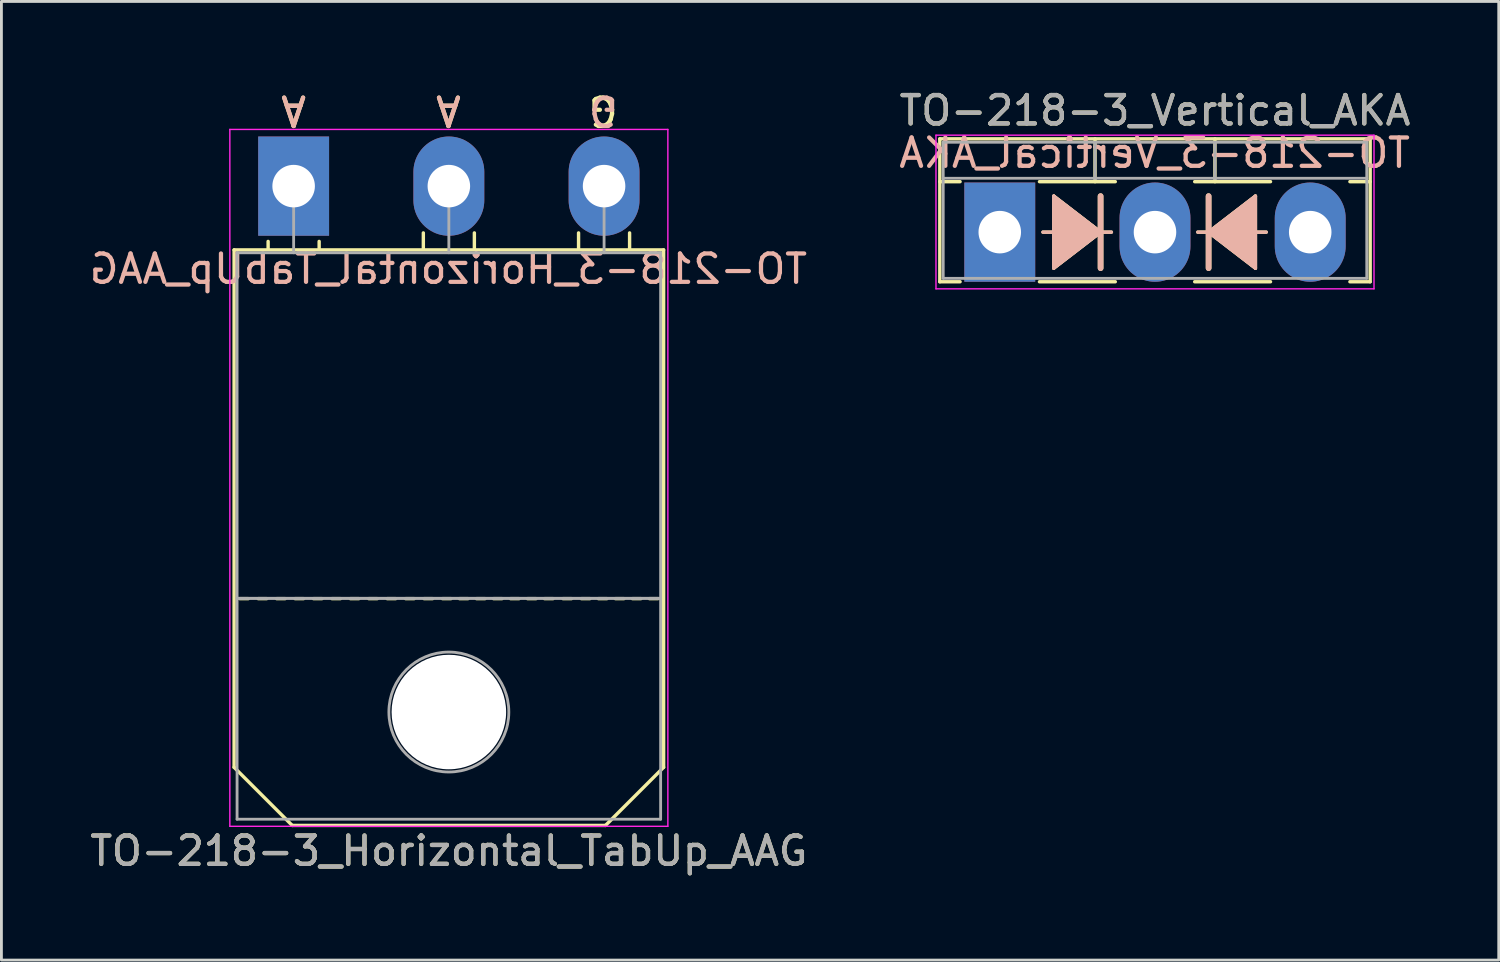
<source format=kicad_pcb>
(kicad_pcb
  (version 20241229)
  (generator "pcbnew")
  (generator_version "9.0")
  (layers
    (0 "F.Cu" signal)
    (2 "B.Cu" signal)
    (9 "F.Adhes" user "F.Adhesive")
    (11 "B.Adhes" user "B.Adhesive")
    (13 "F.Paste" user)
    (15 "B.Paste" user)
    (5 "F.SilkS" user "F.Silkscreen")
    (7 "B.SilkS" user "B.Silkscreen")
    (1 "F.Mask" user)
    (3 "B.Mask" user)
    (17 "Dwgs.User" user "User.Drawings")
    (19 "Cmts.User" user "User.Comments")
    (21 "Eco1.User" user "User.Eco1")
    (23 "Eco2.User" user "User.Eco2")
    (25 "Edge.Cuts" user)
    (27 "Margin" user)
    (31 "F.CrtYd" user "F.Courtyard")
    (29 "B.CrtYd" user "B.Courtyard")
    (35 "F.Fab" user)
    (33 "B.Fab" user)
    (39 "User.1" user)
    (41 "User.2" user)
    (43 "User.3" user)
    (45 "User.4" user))
  (footprint "TO-218-3_Vertical_AKA"
    (layer "F.Cu")
    (at 32.214 5.138)
    (property "Reference" "TO-218-3_Vertical_AKA" (at 5.475 -4.29 0) (layer "F.SilkS") (effects (font (size 1 1) (thickness 0.15))))
    (fp_line (start -2.115 -3.29) (end -2.115 1.75) (stroke (width 0.12) (type solid)) (layer "F.SilkS"))
    (fp_line (start -2.115 -3.29) (end 13.065 -3.29) (stroke (width 0.12) (type solid)) (layer "F.SilkS"))
    (fp_line (start -2.115 -1.78) (end -1.4 -1.78) (stroke (width 0.12) (type solid)) (layer "F.SilkS"))
    (fp_line (start -2.115 1.75) (end -1.4 1.75) (stroke (width 0.12) (type solid)) (layer "F.SilkS"))
    (fp_line (start 1.4 -1.78) (end 4.075 -1.78) (stroke (width 0.12) (type solid)) (layer "F.SilkS"))
    (fp_line (start 1.4 1.75) (end 4.075 1.75) (stroke (width 0.12) (type solid)) (layer "F.SilkS"))
    (fp_line (start 1.524 0) (end 1.905 0) (stroke (width 0.12) (type solid)) (layer "F.SilkS"))
    (fp_line (start 1.905 -1.27) (end 1.905 1.27) (stroke (width 0.12) (type solid)) (layer "F.SilkS"))
    (fp_line (start 1.905 1.27) (end 3.556 0) (stroke (width 0.12) (type solid)) (layer "F.SilkS"))
    (fp_line (start 3.36 -3.29) (end 3.36 -1.78) (stroke (width 0.12) (type solid)) (layer "F.SilkS"))
    (fp_line (start 3.556 0) (end 1.905 -1.27) (stroke (width 0.12) (type solid)) (layer "F.SilkS"))
    (fp_line (start 3.556 0) (end 3.556 -1.27) (stroke (width 0.2) (type solid)) (layer "F.SilkS"))
    (fp_line (start 3.556 1.27) (end 3.556 0) (stroke (width 0.2) (type solid)) (layer "F.SilkS"))
    (fp_line (start 3.937 0) (end 3.556 0) (stroke (width 0.12) (type solid)) (layer "F.SilkS"))
    (fp_line (start 6.875 -1.78) (end 9.55 -1.78) (stroke (width 0.12) (type solid)) (layer "F.SilkS"))
    (fp_line (start 6.875 1.75) (end 9.55 1.75) (stroke (width 0.12) (type solid)) (layer "F.SilkS"))
    (fp_line (start 6.985 0) (end 7.366 0) (stroke (width 0.12) (type solid)) (layer "F.SilkS"))
    (fp_line (start 7.366 -1.27) (end 7.366 0) (stroke (width 0.2) (type solid)) (layer "F.SilkS"))
    (fp_line (start 7.366 0) (end 7.366 1.27) (stroke (width 0.2) (type solid)) (layer "F.SilkS"))
    (fp_line (start 7.366 0) (end 9.017 1.27) (stroke (width 0.12) (type solid)) (layer "F.SilkS"))
    (fp_line (start 7.59 -3.29) (end 7.59 -1.78) (stroke (width 0.12) (type solid)) (layer "F.SilkS"))
    (fp_line (start 9.017 -1.27) (end 7.366 0) (stroke (width 0.12) (type solid)) (layer "F.SilkS"))
    (fp_line (start 9.017 1.27) (end 9.017 -1.27) (stroke (width 0.12) (type solid)) (layer "F.SilkS"))
    (fp_line (start 9.398 0) (end 9.017 0) (stroke (width 0.12) (type solid)) (layer "F.SilkS"))
    (fp_line (start 12.35 -1.78) (end 13.065 -1.78) (stroke (width 0.12) (type solid)) (layer "F.SilkS"))
    (fp_line (start 12.35 1.75) (end 13.065 1.75) (stroke (width 0.12) (type solid)) (layer "F.SilkS"))
    (fp_line (start 13.065 -3.29) (end 13.065 1.75) (stroke (width 0.12) (type solid)) (layer "F.SilkS"))
    (fp_poly (pts (xy 3.556 0) (xy 1.905 1.27) (xy 1.905 -1.27)) (stroke (width 0.1) (type solid)) (fill yes) (layer "F.SilkS"))
    (fp_poly (pts (xy 9.017 1.27) (xy 7.366 0) (xy 9.017 -1.27)) (stroke (width 0.1) (type solid)) (fill yes) (layer "F.SilkS"))
    (fp_line (start 1.524 0) (end 1.905 0) (stroke (width 0.12) (type solid)) (layer "B.SilkS"))
    (fp_line (start 1.905 -1.27) (end 3.556 0) (stroke (width 0.12) (type solid)) (layer "B.SilkS"))
    (fp_line (start 1.905 1.27) (end 1.905 -1.27) (stroke (width 0.12) (type solid)) (layer "B.SilkS"))
    (fp_line (start 3.556 -1.27) (end 3.556 0) (stroke (width 0.2) (type solid)) (layer "B.SilkS"))
    (fp_line (start 3.556 0) (end 1.905 1.27) (stroke (width 0.12) (type solid)) (layer "B.SilkS"))
    (fp_line (start 3.556 0) (end 3.556 1.27) (stroke (width 0.2) (type solid)) (layer "B.SilkS"))
    (fp_line (start 3.937 0) (end 3.556 0) (stroke (width 0.12) (type solid)) (layer "B.SilkS"))
    (fp_line (start 6.985 0) (end 7.366 0) (stroke (width 0.12) (type solid)) (layer "B.SilkS"))
    (fp_line (start 7.366 0) (end 7.366 -1.27) (stroke (width 0.2) (type solid)) (layer "B.SilkS"))
    (fp_line (start 7.366 0) (end 9.017 -1.27) (stroke (width 0.12) (type solid)) (layer "B.SilkS"))
    (fp_line (start 7.366 1.27) (end 7.366 0) (stroke (width 0.2) (type solid)) (layer "B.SilkS"))
    (fp_line (start 9.017 -1.27) (end 9.017 1.27) (stroke (width 0.12) (type solid)) (layer "B.SilkS"))
    (fp_line (start 9.017 1.27) (end 7.366 0) (stroke (width 0.12) (type solid)) (layer "B.SilkS"))
    (fp_line (start 9.398 0) (end 9.017 0) (stroke (width 0.12) (type solid)) (layer "B.SilkS"))
    (fp_poly (pts (xy 3.556 0) (xy 1.905 -1.27) (xy 1.905 1.27)) (stroke (width 0.1) (type solid)) (fill yes) (layer "B.SilkS"))
    (fp_poly (pts (xy 7.366 0) (xy 9.017 1.27) (xy 9.017 -1.27)) (stroke (width 0.1) (type solid)) (fill yes) (layer "B.SilkS"))
    (fp_line (start -2.25 -3.42) (end -2.25 2) (stroke (width 0.05) (type solid)) (layer "F.CrtYd"))
    (fp_line (start -2.25 2) (end 13.2 2) (stroke (width 0.05) (type solid)) (layer "F.CrtYd"))
    (fp_line (start 13.2 -3.42) (end -2.25 -3.42) (stroke (width 0.05) (type solid)) (layer "F.CrtYd"))
    (fp_line (start 13.2 2) (end 13.2 -3.42) (stroke (width 0.05) (type solid)) (layer "F.CrtYd"))
    (fp_line (start -1.995 -3.17) (end -1.995 1.63) (stroke (width 0.1) (type solid)) (layer "F.Fab"))
    (fp_line (start -1.995 -1.9) (end 12.945 -1.9) (stroke (width 0.1) (type solid)) (layer "F.Fab"))
    (fp_line (start -1.995 1.63) (end 12.945 1.63) (stroke (width 0.1) (type solid)) (layer "F.Fab"))
    (fp_line (start 3.36 -3.17) (end 3.36 -1.9) (stroke (width 0.1) (type solid)) (layer "F.Fab"))
    (fp_line (start 7.59 -3.17) (end 7.59 -1.9) (stroke (width 0.1) (type solid)) (layer "F.Fab"))
    (fp_line (start 12.945 -3.17) (end -1.995 -3.17) (stroke (width 0.1) (type solid)) (layer "F.Fab"))
    (fp_line (start 12.945 1.63) (end 12.945 -3.17) (stroke (width 0.1) (type solid)) (layer "F.Fab"))
    (fp_text user "${REFERENCE}" (at 5.461 -2.794 0) (layer "B.SilkS") (effects (font (size 1 1) (thickness 0.15)) (justify mirror)))
    (fp_text user "${REFERENCE}" (at 5.475 -4.29 0) (layer "F.Fab") (effects (font (size 1 1) (thickness 0.15))))
    (pad "1" thru_hole rect (at 0 0) (size 2.5 3.5) (drill 1.5) (layers "*.Cu" "*.Mask"))
    (pad "2" thru_hole oval (at 5.475 0) (size 2.5 3.5) (drill 1.5) (layers "*.Cu" "*.Mask"))
    (pad "3" thru_hole oval (at 10.95 0) (size 2.5 3.5) (drill 1.5) (layers "*.Cu" "*.Mask")))
  (footprint "TO-218-3_Horizontal_TabUp_AAG"
    (layer "F.Cu")
    (at 7.307 3.515)
    (property "Reference" "TO-218-3_Horizontal_TabUp_AAG" (at 5.475 23.45 0) (layer "F.SilkS") (effects (font (size 1 1) (thickness 0.15))))
    (fp_line (start -2.1 2.25) (end 13.05 2.25) (stroke (width 0.12) (type solid)) (layer "F.SilkS"))
    (fp_line (start -2.1 20.5) (end -2.1 2.25) (stroke (width 0.12) (type solid)) (layer "F.SilkS"))
    (fp_line (start -2.1 20.5) (end -0.05 22.55) (stroke (width 0.12) (type solid)) (layer "F.SilkS"))
    (fp_line (start -1.6 14.55) (end -1.9 14.55) (stroke (width 0.12) (type solid)) (layer "F.SilkS"))
    (fp_line (start -0.95 14.55) (end -1.25 14.55) (stroke (width 0.12) (type solid)) (layer "F.SilkS"))
    (fp_line (start -0.9 2.2) (end -0.9 1.95) (stroke (width 0.12) (type solid)) (layer "F.SilkS"))
    (fp_line (start -0.3 14.55) (end -0.6 14.55) (stroke (width 0.12) (type solid)) (layer "F.SilkS"))
    (fp_line (start 0.35 14.55) (end 0.05 14.55) (stroke (width 0.12) (type solid)) (layer "F.SilkS"))
    (fp_line (start 0.9 2.2) (end 0.9 1.95) (stroke (width 0.12) (type solid)) (layer "F.SilkS"))
    (fp_line (start 1 14.55) (end 0.7 14.55) (stroke (width 0.12) (type solid)) (layer "F.SilkS"))
    (fp_line (start 1.65 14.55) (end 1.35 14.55) (stroke (width 0.12) (type solid)) (layer "F.SilkS"))
    (fp_line (start 2.3 14.55) (end 2 14.55) (stroke (width 0.12) (type solid)) (layer "F.SilkS"))
    (fp_line (start 2.95 14.55) (end 2.65 14.55) (stroke (width 0.12) (type solid)) (layer "F.SilkS"))
    (fp_line (start 3.6 14.55) (end 3.3 14.55) (stroke (width 0.12) (type solid)) (layer "F.SilkS"))
    (fp_line (start 4.25 14.55) (end 3.95 14.55) (stroke (width 0.12) (type solid)) (layer "F.SilkS"))
    (fp_line (start 4.575 2.2) (end 4.575 1.65) (stroke (width 0.12) (type solid)) (layer "F.SilkS"))
    (fp_line (start 4.9 14.55) (end 4.6 14.55) (stroke (width 0.12) (type solid)) (layer "F.SilkS"))
    (fp_line (start 5.55 14.55) (end 5.25 14.55) (stroke (width 0.12) (type solid)) (layer "F.SilkS"))
    (fp_line (start 6.15 14.55) (end 5.85 14.55) (stroke (width 0.12) (type solid)) (layer "F.SilkS"))
    (fp_line (start 6.375 2.2) (end 6.375 1.65) (stroke (width 0.12) (type solid)) (layer "F.SilkS"))
    (fp_line (start 6.75 14.55) (end 6.45 14.55) (stroke (width 0.12) (type solid)) (layer "F.SilkS"))
    (fp_line (start 7.35 14.55) (end 7.05 14.55) (stroke (width 0.12) (type solid)) (layer "F.SilkS"))
    (fp_line (start 7.95 14.55) (end 7.65 14.55) (stroke (width 0.12) (type solid)) (layer "F.SilkS"))
    (fp_line (start 8.55 14.55) (end 8.25 14.55) (stroke (width 0.12) (type solid)) (layer "F.SilkS"))
    (fp_line (start 9.15 14.55) (end 8.85 14.55) (stroke (width 0.12) (type solid)) (layer "F.SilkS"))
    (fp_line (start 9.8 14.55) (end 9.5 14.55) (stroke (width 0.12) (type solid)) (layer "F.SilkS"))
    (fp_line (start 10.05 2.2) (end 10.05 1.65) (stroke (width 0.12) (type solid)) (layer "F.SilkS"))
    (fp_line (start 10.45 14.55) (end 10.15 14.55) (stroke (width 0.12) (type solid)) (layer "F.SilkS"))
    (fp_line (start 11 22.55) (end -0.05 22.55) (stroke (width 0.12) (type solid)) (layer "F.SilkS"))
    (fp_line (start 11.05 14.55) (end 10.75 14.55) (stroke (width 0.12) (type solid)) (layer "F.SilkS"))
    (fp_line (start 11.65 14.55) (end 11.35 14.55) (stroke (width 0.12) (type solid)) (layer "F.SilkS"))
    (fp_line (start 11.85 2.2) (end 11.85 1.65) (stroke (width 0.12) (type solid)) (layer "F.SilkS"))
    (fp_line (start 12.25 14.55) (end 11.95 14.55) (stroke (width 0.12) (type solid)) (layer "F.SilkS"))
    (fp_line (start 12.85 14.55) (end 12.55 14.55) (stroke (width 0.12) (type solid)) (layer "F.SilkS"))
    (fp_line (start 13.05 2.25) (end 13.05 20.5) (stroke (width 0.12) (type solid)) (layer "F.SilkS"))
    (fp_line (start 13.05 20.5) (end 11 22.55) (stroke (width 0.12) (type solid)) (layer "F.SilkS"))
    (fp_line (start -2.25 -2) (end -2.25 22.58) (stroke (width 0.05) (type solid)) (layer "F.CrtYd"))
    (fp_line (start -2.25 22.58) (end 13.2 22.58) (stroke (width 0.05) (type solid)) (layer "F.CrtYd"))
    (fp_line (start 13.2 -2) (end -2.25 -2) (stroke (width 0.05) (type solid)) (layer "F.CrtYd"))
    (fp_line (start 13.2 22.58) (end 13.2 -2) (stroke (width 0.05) (type solid)) (layer "F.CrtYd"))
    (fp_line (start -1.995 2.35) (end -1.995 14.54) (stroke (width 0.1) (type solid)) (layer "F.Fab"))
    (fp_line (start -1.995 14.54) (end -1.995 22.33) (stroke (width 0.1) (type solid)) (layer "F.Fab"))
    (fp_line (start -1.995 14.54) (end 12.945 14.54) (stroke (width 0.1) (type solid)) (layer "F.Fab"))
    (fp_line (start -1.995 22.33) (end 12.945 22.33) (stroke (width 0.1) (type solid)) (layer "F.Fab"))
    (fp_line (start 0 2.35) (end 0 0) (stroke (width 0.1) (type solid)) (layer "F.Fab"))
    (fp_line (start 5.475 2.35) (end 5.475 0) (stroke (width 0.1) (type solid)) (layer "F.Fab"))
    (fp_line (start 10.95 2.35) (end 10.95 0) (stroke (width 0.1) (type solid)) (layer "F.Fab"))
    (fp_line (start 12.945 2.35) (end -1.995 2.35) (stroke (width 0.1) (type solid)) (layer "F.Fab"))
    (fp_line (start 12.945 14.54) (end -1.995 14.54) (stroke (width 0.1) (type solid)) (layer "F.Fab"))
    (fp_line (start 12.945 14.54) (end 12.945 2.35) (stroke (width 0.1) (type solid)) (layer "F.Fab"))
    (fp_line (start 12.945 22.33) (end 12.945 14.54) (stroke (width 0.1) (type solid)) (layer "F.Fab"))
    (fp_circle (center 5.475 18.55) (end 7.59 18.55) (stroke (width 0.1) (type solid)) (fill no) (layer "F.Fab"))
    (fp_text user "G" (at 10.922 -2.667 180) (unlocked yes) (layer "F.SilkS") (effects (font (size 1 1) (thickness 0.15))))
    (fp_text user "A" (at 0 -2.667 180) (unlocked yes) (layer "F.SilkS") (effects (font (size 1 1) (thickness 0.15))))
    (fp_text user "A" (at 5.461 -2.667 180) (unlocked yes) (layer "F.SilkS") (effects (font (size 1 1) (thickness 0.15))))
    (fp_text user "${REFERENCE}" (at 5.461 2.921 0) (layer "B.SilkS") (effects (font (size 1 1) (thickness 0.15)) (justify mirror)))
    (fp_text user "A" (at 5.461 -2.667 180) (unlocked yes) (layer "B.SilkS") (effects (font (size 1 1) (thickness 0.15)) (justify mirror)))
    (fp_text user "A" (at 0 -2.667 180) (unlocked yes) (layer "B.SilkS") (effects (font (size 1 1) (thickness 0.15)) (justify mirror)))
    (fp_text user "G" (at 10.922 -2.667 180) (unlocked yes) (layer "B.SilkS") (effects (font (size 1 1) (thickness 0.15)) (justify mirror)))
    (fp_text user "${REFERENCE}" (at 5.475 23.45 0) (layer "F.Fab") (effects (font (size 1 1) (thickness 0.15))))
    (pad "" np_thru_hole oval (at 5.475 18.55) (size 4.04 4.04) (drill 4.04) (layers "*.Cu" "*.Mask"))
    (pad "1" thru_hole rect (at 0 0) (size 2.5 3.5) (drill 1.5) (layers "*.Cu" "*.Mask"))
    (pad "2" thru_hole oval (at 5.475 0) (size 2.5 3.5) (drill 1.5) (layers "*.Cu" "*.Mask"))
    (pad "3" thru_hole oval (at 10.95 0) (size 2.5 3.5) (drill 1.5) (layers "*.Cu" "*.Mask")))
  (gr_rect
    (start -3 -3)
    (end 49.814 30.814)
    (stroke (width 0.1) (type default))
    (fill no)
    (layer "Edge.Cuts")))
</source>
